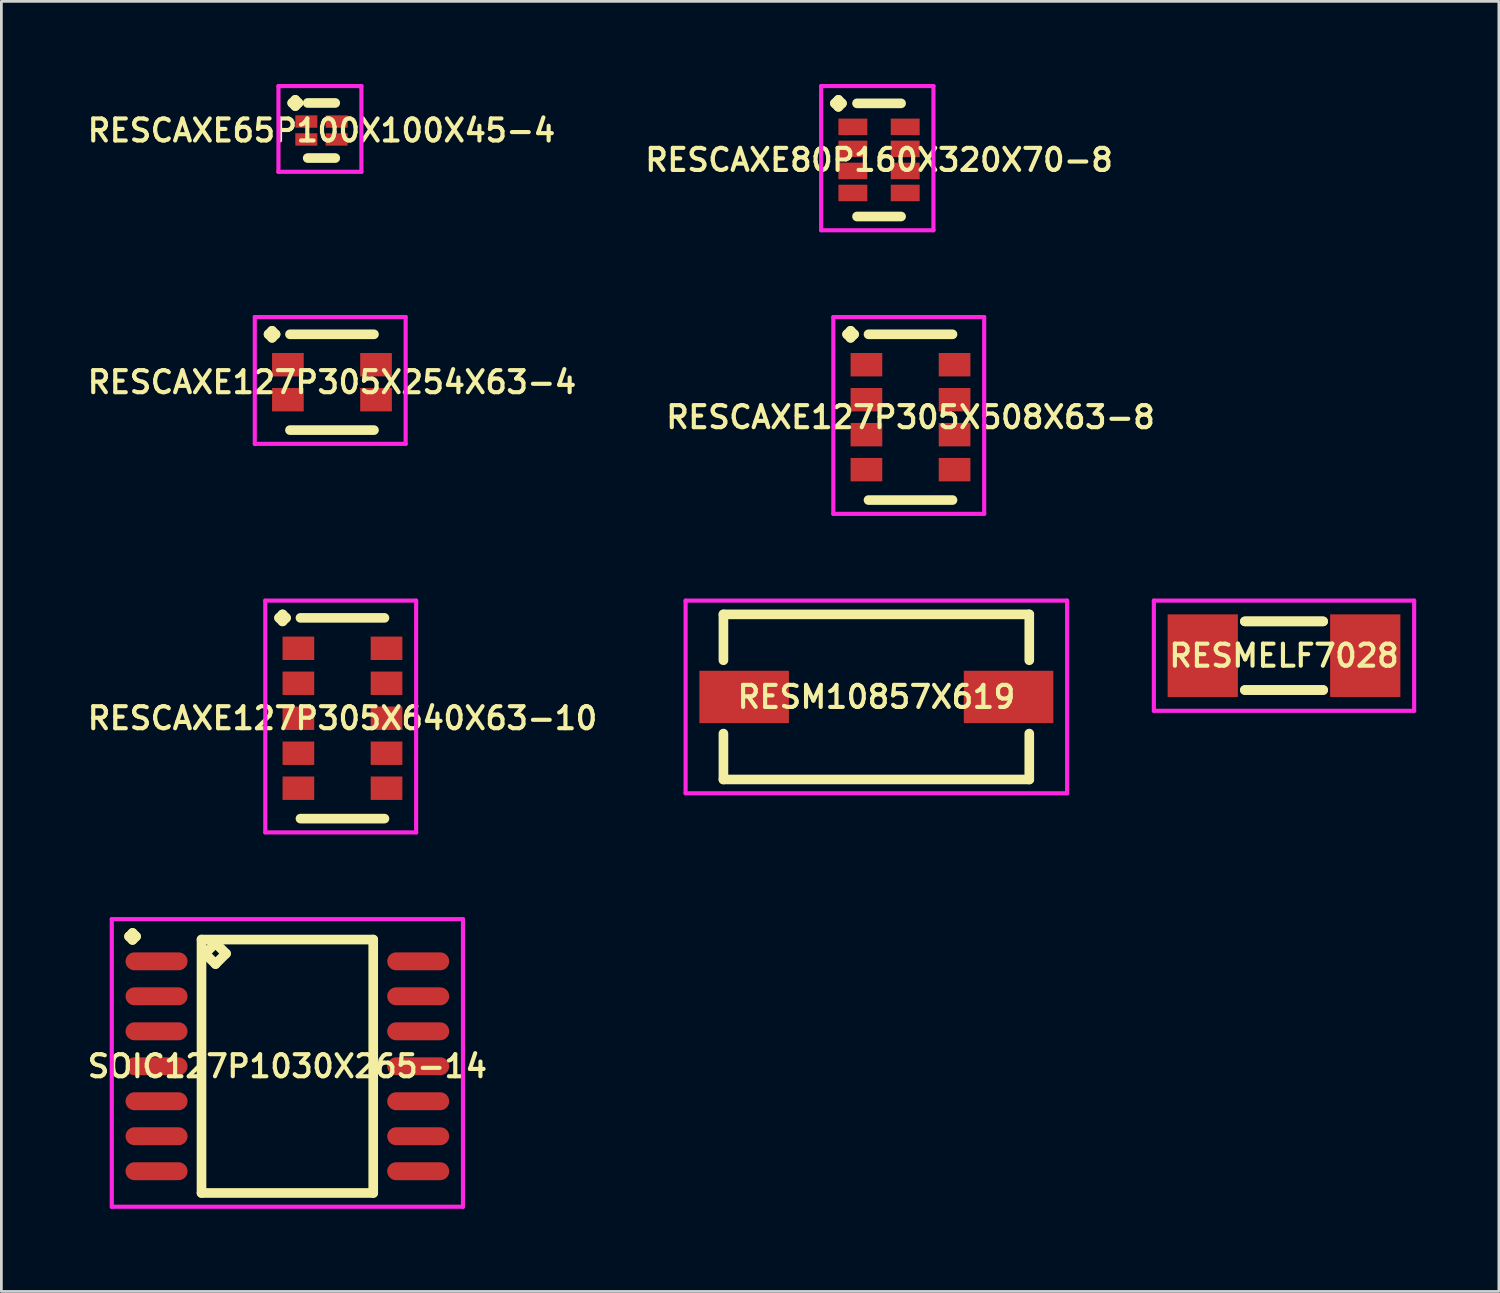
<source format=kicad_pcb>
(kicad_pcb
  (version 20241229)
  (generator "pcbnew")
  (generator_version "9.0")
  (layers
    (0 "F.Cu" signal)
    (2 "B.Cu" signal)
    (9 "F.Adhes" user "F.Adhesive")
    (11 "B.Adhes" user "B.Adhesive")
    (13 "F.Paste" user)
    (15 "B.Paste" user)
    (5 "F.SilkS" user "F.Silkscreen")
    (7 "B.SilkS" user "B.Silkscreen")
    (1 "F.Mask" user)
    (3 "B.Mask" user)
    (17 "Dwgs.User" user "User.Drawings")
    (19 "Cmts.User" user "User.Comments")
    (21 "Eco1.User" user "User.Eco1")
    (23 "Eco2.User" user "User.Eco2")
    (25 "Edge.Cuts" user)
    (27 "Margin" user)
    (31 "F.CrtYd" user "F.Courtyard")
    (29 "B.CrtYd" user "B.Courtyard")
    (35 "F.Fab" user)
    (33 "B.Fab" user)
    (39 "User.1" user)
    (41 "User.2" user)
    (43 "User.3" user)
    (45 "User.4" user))
  (footprint "RESCAXE127P305X508X63-8"
    (layer "F.Cu")
    (at 30.006 12.096)
    (property "Reference" "RESCAXE127P305X508X63-8" (at 0 0 0) (layer "F.SilkS") (effects (font (size 0.8 0.8) (thickness 0.15))))
    (attr smd)
    (fp_line (start -2.302 -3.009) (end -2.175 -3.136) (stroke (width 0.35) (type solid)) (layer "F.SilkS"))
    (fp_line (start -2.175 -3.136) (end -2.048 -3.009) (stroke (width 0.35) (type solid)) (layer "F.SilkS"))
    (fp_line (start -2.175 -2.882) (end -2.302 -3.009) (stroke (width 0.35) (type solid)) (layer "F.SilkS"))
    (fp_line (start -2.048 -3.009) (end -2.175 -2.882) (stroke (width 0.35) (type solid)) (layer "F.SilkS"))
    (fp_line (start -1.525 -3.009) (end 1.525 -3.009) (stroke (width 0.35) (type solid)) (layer "F.SilkS"))
    (fp_line (start -1.525 3.009) (end 1.525 3.009) (stroke (width 0.35) (type solid)) (layer "F.SilkS"))
    (fp_line (start -2.802 -3.636) (end 2.675 -3.636) (stroke (width 0.15) (type solid)) (layer "F.CrtYd"))
    (fp_line (start -2.802 3.509) (end -2.802 -3.636) (stroke (width 0.15) (type solid)) (layer "F.CrtYd"))
    (fp_line (start 2.675 -3.636) (end 2.675 3.509) (stroke (width 0.15) (type solid)) (layer "F.CrtYd"))
    (fp_line (start 2.675 3.509) (end -2.802 3.509) (stroke (width 0.15) (type solid)) (layer "F.CrtYd"))
    (pad "1" smd rect (at -1.6 -1.905) (size 1.15 0.85) (layers "F.Cu" "F.Mask" "F.Paste"))
    (pad "2" smd rect (at -1.6 -0.635) (size 1.15 0.85) (layers "F.Cu" "F.Mask" "F.Paste"))
    (pad "3" smd rect (at -1.6 0.635) (size 1.15 0.85) (layers "F.Cu" "F.Mask" "F.Paste"))
    (pad "4" smd rect (at -1.6 1.905) (size 1.15 0.85) (layers "F.Cu" "F.Mask" "F.Paste"))
    (pad "5" smd rect (at 1.6 1.905) (size 1.15 0.85) (layers "F.Cu" "F.Mask" "F.Paste"))
    (pad "6" smd rect (at 1.6 0.635) (size 1.15 0.85) (layers "F.Cu" "F.Mask" "F.Paste"))
    (pad "7" smd rect (at 1.6 -0.635) (size 1.15 0.85) (layers "F.Cu" "F.Mask" "F.Paste"))
    (pad "8" smd rect (at 1.6 -1.905) (size 1.15 0.85) (layers "F.Cu" "F.Mask" "F.Paste")))
  (footprint "SOIC127P1030X265-14"
    (layer "F.Cu")
    (at 7.383 35.661)
    (property "Reference" "SOIC127P1030X265-14" (at 0 0 0) (layer "F.SilkS") (effects (font (size 0.8 0.8) (thickness 0.15))))
    (attr smd)
    (fp_line (start -5.748 -4.714) (end -5.621 -4.841) (stroke (width 0.35) (type solid)) (layer "F.SilkS"))
    (fp_line (start -5.621 -4.841) (end -5.494 -4.714) (stroke (width 0.35) (type solid)) (layer "F.SilkS"))
    (fp_line (start -5.621 -4.587) (end -5.748 -4.714) (stroke (width 0.35) (type solid)) (layer "F.SilkS"))
    (fp_line (start -5.494 -4.714) (end -5.621 -4.587) (stroke (width 0.35) (type solid)) (layer "F.SilkS"))
    (fp_line (start -3.117 -4.6) (end -3.117 4.6) (stroke (width 0.35) (type solid)) (layer "F.SilkS"))
    (fp_line (start -3.117 4.6) (end 3.117 4.6) (stroke (width 0.35) (type solid)) (layer "F.SilkS"))
    (fp_line (start -2.99 -4.092) (end -2.609 -4.473) (stroke (width 0.35) (type solid)) (layer "F.SilkS"))
    (fp_line (start -2.609 -4.473) (end -2.228 -4.092) (stroke (width 0.35) (type solid)) (layer "F.SilkS"))
    (fp_line (start -2.609 -3.711) (end -2.99 -4.092) (stroke (width 0.35) (type solid)) (layer "F.SilkS"))
    (fp_line (start -2.228 -4.092) (end -2.609 -3.711) (stroke (width 0.35) (type solid)) (layer "F.SilkS"))
    (fp_line (start 3.117 -4.6) (end -3.117 -4.6) (stroke (width 0.35) (type solid)) (layer "F.SilkS"))
    (fp_line (start 3.117 4.6) (end 3.117 -4.6) (stroke (width 0.35) (type solid)) (layer "F.SilkS"))
    (fp_line (start -6.375 -5.341) (end 6.375 -5.341) (stroke (width 0.15) (type solid)) (layer "F.CrtYd"))
    (fp_line (start -6.375 5.1) (end -6.375 -5.341) (stroke (width 0.15) (type solid)) (layer "F.CrtYd"))
    (fp_line (start 6.375 -5.341) (end 6.375 5.1) (stroke (width 0.15) (type solid)) (layer "F.CrtYd"))
    (fp_line (start 6.375 5.1) (end -6.375 5.1) (stroke (width 0.15) (type solid)) (layer "F.CrtYd"))
    (pad "1" smd oval (at -4.75 -3.81) (size 2.25 0.65) (layers "F.Cu" "F.Mask" "F.Paste"))
    (pad "2" smd oval (at -4.75 -2.54) (size 2.25 0.65) (layers "F.Cu" "F.Mask" "F.Paste"))
    (pad "3" smd oval (at -4.75 -1.27) (size 2.25 0.65) (layers "F.Cu" "F.Mask" "F.Paste"))
    (pad "4" smd oval (at -4.75 0) (size 2.25 0.65) (layers "F.Cu" "F.Mask" "F.Paste"))
    (pad "5" smd oval (at -4.75 1.27) (size 2.25 0.65) (layers "F.Cu" "F.Mask" "F.Paste"))
    (pad "6" smd oval (at -4.75 2.54) (size 2.25 0.65) (layers "F.Cu" "F.Mask" "F.Paste"))
    (pad "7" smd oval (at -4.75 3.81) (size 2.25 0.65) (layers "F.Cu" "F.Mask" "F.Paste"))
    (pad "8" smd oval (at 4.75 3.81) (size 2.25 0.65) (layers "F.Cu" "F.Mask" "F.Paste"))
    (pad "9" smd oval (at 4.75 2.54) (size 2.25 0.65) (layers "F.Cu" "F.Mask" "F.Paste"))
    (pad "10" smd oval (at 4.75 1.27) (size 2.25 0.65) (layers "F.Cu" "F.Mask" "F.Paste"))
    (pad "11" smd oval (at 4.75 0) (size 2.25 0.65) (layers "F.Cu" "F.Mask" "F.Paste"))
    (pad "12" smd oval (at 4.75 -1.27) (size 2.25 0.65) (layers "F.Cu" "F.Mask" "F.Paste"))
    (pad "13" smd oval (at 4.75 -2.54) (size 2.25 0.65) (layers "F.Cu" "F.Mask" "F.Paste"))
    (pad "14" smd oval (at 4.75 -3.81) (size 2.25 0.65) (layers "F.Cu" "F.Mask" "F.Paste")))
  (footprint "RESCAXE65P100X100X45-4"
    (layer "F.Cu")
    (at 8.621 1.688)
    (property "Reference" "RESCAXE65P100X100X45-4" (at 0 0 0) (layer "F.SilkS") (effects (font (size 0.8 0.8) (thickness 0.15))))
    (attr smd)
    (fp_line (start -1.062 -1) (end -0.95 -1.113) (stroke (width 0.35) (type solid)) (layer "F.SilkS"))
    (fp_line (start -0.95 -1.113) (end -0.838 -1) (stroke (width 0.35) (type solid)) (layer "F.SilkS"))
    (fp_line (start -0.95 -0.887) (end -1.062 -1) (stroke (width 0.35) (type solid)) (layer "F.SilkS"))
    (fp_line (start -0.838 -1) (end -0.95 -0.887) (stroke (width 0.35) (type solid)) (layer "F.SilkS"))
    (fp_line (start -0.5 -1) (end 0.5 -1) (stroke (width 0.35) (type solid)) (layer "F.SilkS"))
    (fp_line (start -0.5 1) (end 0.5 1) (stroke (width 0.35) (type solid)) (layer "F.SilkS"))
    (fp_line (start -1.562 -1.613) (end 1.45 -1.613) (stroke (width 0.15) (type solid)) (layer "F.CrtYd"))
    (fp_line (start -1.562 1.5) (end -1.562 -1.613) (stroke (width 0.15) (type solid)) (layer "F.CrtYd"))
    (fp_line (start 1.45 -1.613) (end 1.45 1.5) (stroke (width 0.15) (type solid)) (layer "F.CrtYd"))
    (fp_line (start 1.45 1.5) (end -1.562 1.5) (stroke (width 0.15) (type solid)) (layer "F.CrtYd"))
    (pad "1" smd rect (at -0.55 -0.325) (size 0.8 0.45) (layers "F.Cu" "F.Mask" "F.Paste"))
    (pad "2" smd rect (at -0.55 0.325) (size 0.8 0.45) (layers "F.Cu" "F.Mask" "F.Paste"))
    (pad "3" smd rect (at 0.55 0.325) (size 0.8 0.45) (layers "F.Cu" "F.Mask" "F.Paste"))
    (pad "4" smd rect (at 0.55 -0.325) (size 0.8 0.45) (layers "F.Cu" "F.Mask" "F.Paste")))
  (footprint "RESCAXE127P305X254X63-4"
    (layer "F.Cu")
    (at 9.002 10.826)
    (property "Reference" "RESCAXE127P305X254X63-4" (at 0 0 0) (layer "F.SilkS") (effects (font (size 0.8 0.8) (thickness 0.15))))
    (attr smd)
    (fp_line (start -2.302 -1.739) (end -2.175 -1.866) (stroke (width 0.35) (type solid)) (layer "F.SilkS"))
    (fp_line (start -2.175 -1.866) (end -2.048 -1.739) (stroke (width 0.35) (type solid)) (layer "F.SilkS"))
    (fp_line (start -2.175 -1.612) (end -2.302 -1.739) (stroke (width 0.35) (type solid)) (layer "F.SilkS"))
    (fp_line (start -2.048 -1.739) (end -2.175 -1.612) (stroke (width 0.35) (type solid)) (layer "F.SilkS"))
    (fp_line (start -1.525 -1.739) (end 1.525 -1.739) (stroke (width 0.35) (type solid)) (layer "F.SilkS"))
    (fp_line (start -1.525 1.739) (end 1.525 1.739) (stroke (width 0.35) (type solid)) (layer "F.SilkS"))
    (fp_line (start -2.802 -2.366) (end 2.675 -2.366) (stroke (width 0.15) (type solid)) (layer "F.CrtYd"))
    (fp_line (start -2.802 2.239) (end -2.802 -2.366) (stroke (width 0.15) (type solid)) (layer "F.CrtYd"))
    (fp_line (start 2.675 -2.366) (end 2.675 2.239) (stroke (width 0.15) (type solid)) (layer "F.CrtYd"))
    (fp_line (start 2.675 2.239) (end -2.802 2.239) (stroke (width 0.15) (type solid)) (layer "F.CrtYd"))
    (pad "1" smd rect (at -1.6 -0.635) (size 1.15 0.85) (layers "F.Cu" "F.Mask" "F.Paste"))
    (pad "2" smd rect (at -1.6 0.635) (size 1.15 0.85) (layers "F.Cu" "F.Mask" "F.Paste"))
    (pad "3" smd rect (at 1.6 0.635) (size 1.15 0.85) (layers "F.Cu" "F.Mask" "F.Paste"))
    (pad "4" smd rect (at 1.6 -0.635) (size 1.15 0.85) (layers "F.Cu" "F.Mask" "F.Paste")))
  (footprint "RESM10857X619"
    (layer "F.Cu")
    (at 28.766 22.252)
    (property "Reference" "RESM10857X619" (at 0 0 0) (layer "F.SilkS") (effects (font (size 0.8 0.8) (thickness 0.15))))
    (attr smd)
    (fp_line (start -5.552 -2.997) (end 5.552 -2.997) (stroke (width 0.35) (type solid)) (layer "F.SilkS"))
    (fp_line (start -5.552 -1.331) (end -5.552 -2.997) (stroke (width 0.35) (type solid)) (layer "F.SilkS"))
    (fp_line (start -5.552 1.331) (end -5.552 2.997) (stroke (width 0.35) (type solid)) (layer "F.SilkS"))
    (fp_line (start -5.552 2.997) (end 5.552 2.997) (stroke (width 0.35) (type solid)) (layer "F.SilkS"))
    (fp_line (start 5.552 -2.997) (end 5.552 -1.331) (stroke (width 0.35) (type solid)) (layer "F.SilkS"))
    (fp_line (start 5.552 2.997) (end 5.552 1.331) (stroke (width 0.35) (type solid)) (layer "F.SilkS"))
    (fp_line (start -6.925 -3.497) (end 6.925 -3.497) (stroke (width 0.15) (type solid)) (layer "F.CrtYd"))
    (fp_line (start -6.925 3.497) (end -6.925 -3.497) (stroke (width 0.15) (type solid)) (layer "F.CrtYd"))
    (fp_line (start 6.925 -3.497) (end 6.925 3.497) (stroke (width 0.15) (type solid)) (layer "F.CrtYd"))
    (fp_line (start 6.925 3.497) (end -6.925 3.497) (stroke (width 0.15) (type solid)) (layer "F.CrtYd"))
    (pad "1" smd rect (at -4.8 0) (size 3.25 1.9) (layers "F.Cu" "F.Mask" "F.Paste"))
    (pad "2" smd rect (at 4.8 0) (size 3.25 1.9) (layers "F.Cu" "F.Mask" "F.Paste")))
  (footprint "RESMELF7028"
    (layer "F.Cu")
    (at 43.566 20.755)
    (property "Reference" "RESMELF7028" (at 0 0 0) (layer "F.SilkS") (effects (font (size 0.8 0.8) (thickness 0.15))))
    (attr smd)
    (fp_line (start -1.421 -1.246) (end 1.421 -1.246) (stroke (width 0.35) (type solid)) (layer "F.SilkS"))
    (fp_line (start -1.421 1.246) (end 1.421 1.246) (stroke (width 0.35) (type solid)) (layer "F.SilkS"))
    (fp_line (start 1.421 -1.246) (end -1.421 -1.246) (stroke (width 0.35) (type solid)) (layer "F.SilkS"))
    (fp_line (start 1.421 1.246) (end -1.421 1.246) (stroke (width 0.35) (type solid)) (layer "F.SilkS"))
    (fp_line (start -4.725 -2) (end 4.725 -2) (stroke (width 0.15) (type solid)) (layer "F.CrtYd"))
    (fp_line (start -4.725 2) (end -4.725 -2) (stroke (width 0.15) (type solid)) (layer "F.CrtYd"))
    (fp_line (start 4.725 -2) (end 4.725 2) (stroke (width 0.15) (type solid)) (layer "F.CrtYd"))
    (fp_line (start 4.725 2) (end -4.725 2) (stroke (width 0.15) (type solid)) (layer "F.CrtYd"))
    (pad "1" smd rect (at -2.95 0) (size 2.55 3) (layers "F.Cu" "F.Mask" "F.Paste"))
    (pad "2" smd rect (at 2.95 0) (size 2.55 3) (layers "F.Cu" "F.Mask" "F.Paste")))
  (footprint "RESCAXE80P160X320X70-8"
    (layer "F.Cu")
    (at 28.864 2.756)
    (property "Reference" "RESCAXE80P160X320X70-8" (at 0 0 0) (layer "F.SilkS") (effects (font (size 0.8 0.8) (thickness 0.15))))
    (attr smd)
    (fp_line (start -1.602 -2.054) (end -1.475 -2.181) (stroke (width 0.35) (type solid)) (layer "F.SilkS"))
    (fp_line (start -1.475 -2.181) (end -1.348 -2.054) (stroke (width 0.35) (type solid)) (layer "F.SilkS"))
    (fp_line (start -1.475 -1.927) (end -1.602 -2.054) (stroke (width 0.35) (type solid)) (layer "F.SilkS"))
    (fp_line (start -1.348 -2.054) (end -1.475 -1.927) (stroke (width 0.35) (type solid)) (layer "F.SilkS"))
    (fp_line (start -0.8 -2.054) (end 0.8 -2.054) (stroke (width 0.35) (type solid)) (layer "F.SilkS"))
    (fp_line (start -0.8 2.054) (end 0.8 2.054) (stroke (width 0.35) (type solid)) (layer "F.SilkS"))
    (fp_line (start -2.102 -2.681) (end 1.975 -2.681) (stroke (width 0.15) (type solid)) (layer "F.CrtYd"))
    (fp_line (start -2.102 2.554) (end -2.102 -2.681) (stroke (width 0.15) (type solid)) (layer "F.CrtYd"))
    (fp_line (start 1.975 -2.681) (end 1.975 2.554) (stroke (width 0.15) (type solid)) (layer "F.CrtYd"))
    (fp_line (start 1.975 2.554) (end -2.102 2.554) (stroke (width 0.15) (type solid)) (layer "F.CrtYd"))
    (pad "1" smd rect (at -0.95 -1.2) (size 1.05 0.6) (layers "F.Cu" "F.Mask" "F.Paste"))
    (pad "2" smd rect (at -0.95 -0.4) (size 1.05 0.6) (layers "F.Cu" "F.Mask" "F.Paste"))
    (pad "3" smd rect (at -0.95 0.4) (size 1.05 0.6) (layers "F.Cu" "F.Mask" "F.Paste"))
    (pad "4" smd rect (at -0.95 1.2) (size 1.05 0.6) (layers "F.Cu" "F.Mask" "F.Paste"))
    (pad "5" smd rect (at 0.95 1.2) (size 1.05 0.6) (layers "F.Cu" "F.Mask" "F.Paste"))
    (pad "6" smd rect (at 0.95 0.4) (size 1.05 0.6) (layers "F.Cu" "F.Mask" "F.Paste"))
    (pad "7" smd rect (at 0.95 -0.4) (size 1.05 0.6) (layers "F.Cu" "F.Mask" "F.Paste"))
    (pad "8" smd rect (at 0.95 -1.2) (size 1.05 0.6) (layers "F.Cu" "F.Mask" "F.Paste")))
  (footprint "RESCAXE127P305X640X63-10"
    (layer "F.Cu")
    (at 9.383 23.026)
    (property "Reference" "RESCAXE127P305X640X63-10" (at 0 0 0) (layer "F.SilkS") (effects (font (size 0.8 0.8) (thickness 0.15))))
    (attr smd)
    (fp_line (start -2.302 -3.644) (end -2.175 -3.771) (stroke (width 0.35) (type solid)) (layer "F.SilkS"))
    (fp_line (start -2.175 -3.771) (end -2.048 -3.644) (stroke (width 0.35) (type solid)) (layer "F.SilkS"))
    (fp_line (start -2.175 -3.517) (end -2.302 -3.644) (stroke (width 0.35) (type solid)) (layer "F.SilkS"))
    (fp_line (start -2.048 -3.644) (end -2.175 -3.517) (stroke (width 0.35) (type solid)) (layer "F.SilkS"))
    (fp_line (start -1.525 -3.644) (end 1.525 -3.644) (stroke (width 0.35) (type solid)) (layer "F.SilkS"))
    (fp_line (start -1.525 3.644) (end 1.525 3.644) (stroke (width 0.35) (type solid)) (layer "F.SilkS"))
    (fp_line (start -2.802 -4.271) (end 2.675 -4.271) (stroke (width 0.15) (type solid)) (layer "F.CrtYd"))
    (fp_line (start -2.802 4.144) (end -2.802 -4.271) (stroke (width 0.15) (type solid)) (layer "F.CrtYd"))
    (fp_line (start 2.675 -4.271) (end 2.675 4.144) (stroke (width 0.15) (type solid)) (layer "F.CrtYd"))
    (fp_line (start 2.675 4.144) (end -2.802 4.144) (stroke (width 0.15) (type solid)) (layer "F.CrtYd"))
    (pad "1" smd rect (at -1.6 -2.54) (size 1.15 0.85) (layers "F.Cu" "F.Mask" "F.Paste"))
    (pad "2" smd rect (at -1.6 -1.27) (size 1.15 0.85) (layers "F.Cu" "F.Mask" "F.Paste"))
    (pad "3" smd rect (at -1.6 0) (size 1.15 0.85) (layers "F.Cu" "F.Mask" "F.Paste"))
    (pad "4" smd rect (at -1.6 1.27) (size 1.15 0.85) (layers "F.Cu" "F.Mask" "F.Paste"))
    (pad "5" smd rect (at -1.6 2.54) (size 1.15 0.85) (layers "F.Cu" "F.Mask" "F.Paste"))
    (pad "6" smd rect (at 1.6 2.54) (size 1.15 0.85) (layers "F.Cu" "F.Mask" "F.Paste"))
    (pad "7" smd rect (at 1.6 1.27) (size 1.15 0.85) (layers "F.Cu" "F.Mask" "F.Paste"))
    (pad "8" smd rect (at 1.6 0) (size 1.15 0.85) (layers "F.Cu" "F.Mask" "F.Paste"))
    (pad "9" smd rect (at 1.6 -1.27) (size 1.15 0.85) (layers "F.Cu" "F.Mask" "F.Paste"))
    (pad "10" smd rect (at 1.6 -2.54) (size 1.15 0.85) (layers "F.Cu" "F.Mask" "F.Paste")))
  (gr_rect
    (start -3 -3)
    (end 51.366 43.836)
    (stroke (width 0.1) (type default))
    (fill no)
    (layer "Edge.Cuts")))
</source>
